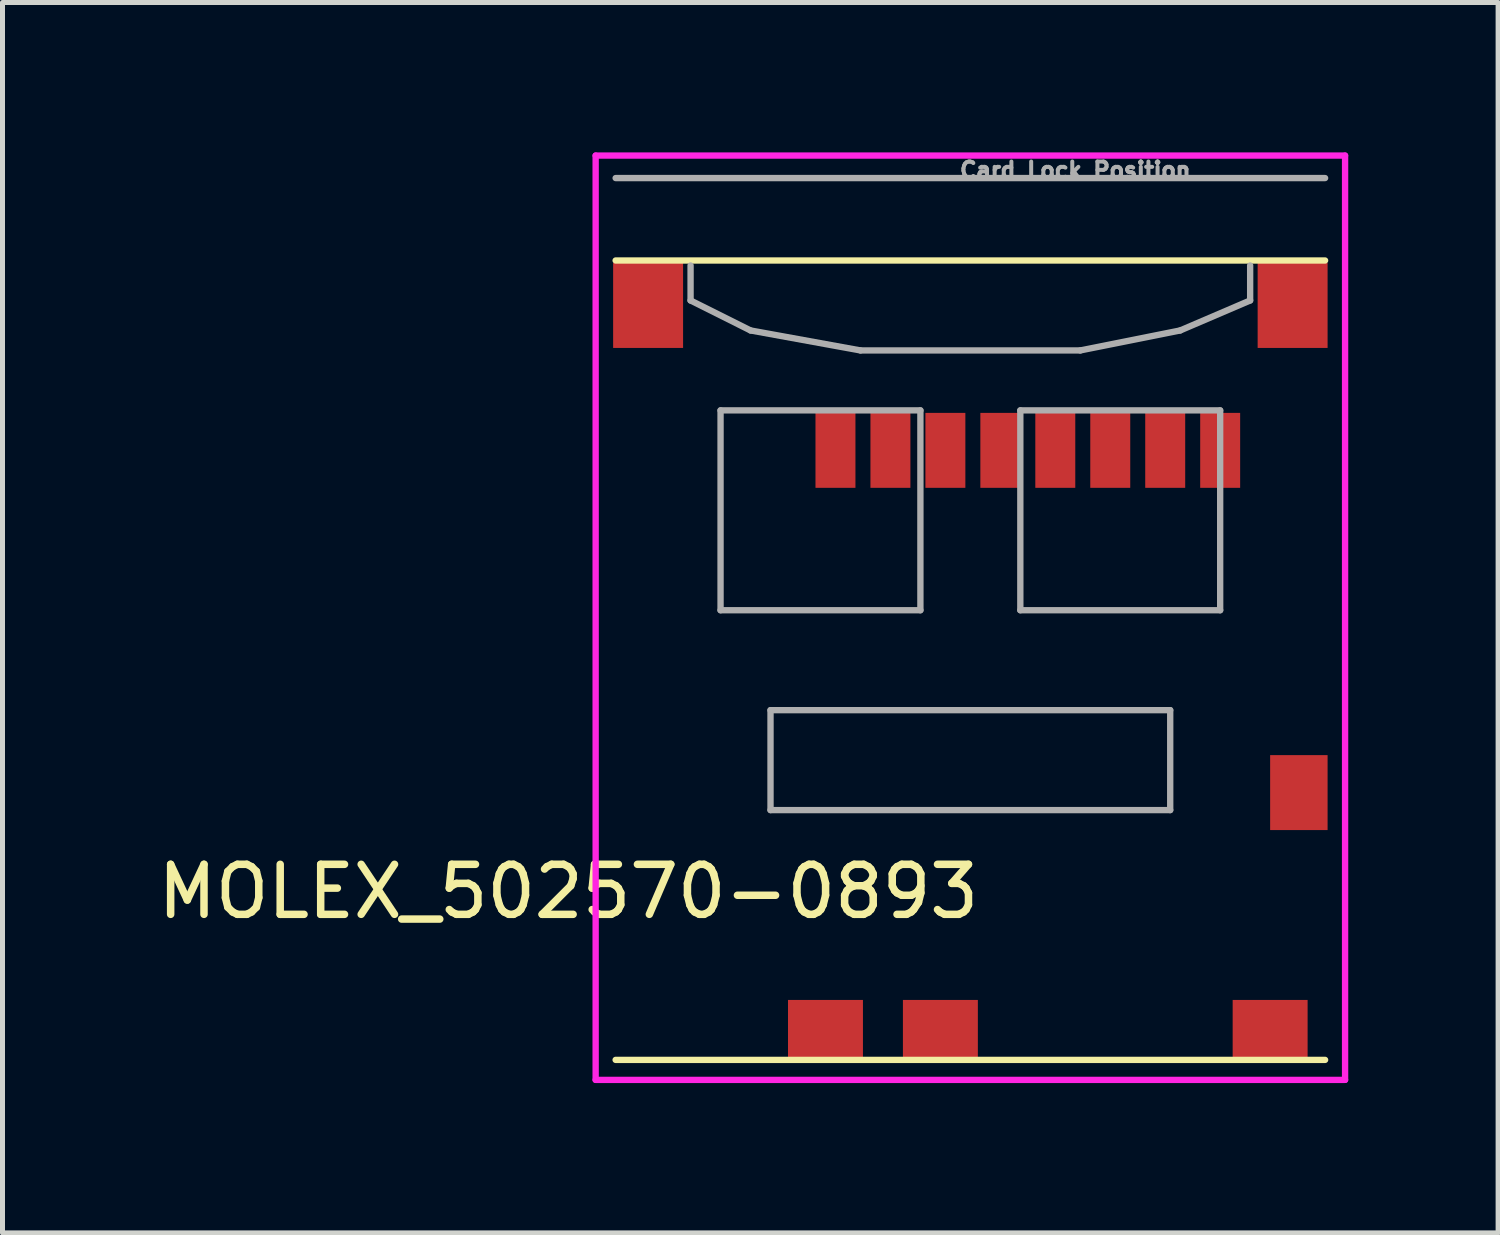
<source format=kicad_pcb>
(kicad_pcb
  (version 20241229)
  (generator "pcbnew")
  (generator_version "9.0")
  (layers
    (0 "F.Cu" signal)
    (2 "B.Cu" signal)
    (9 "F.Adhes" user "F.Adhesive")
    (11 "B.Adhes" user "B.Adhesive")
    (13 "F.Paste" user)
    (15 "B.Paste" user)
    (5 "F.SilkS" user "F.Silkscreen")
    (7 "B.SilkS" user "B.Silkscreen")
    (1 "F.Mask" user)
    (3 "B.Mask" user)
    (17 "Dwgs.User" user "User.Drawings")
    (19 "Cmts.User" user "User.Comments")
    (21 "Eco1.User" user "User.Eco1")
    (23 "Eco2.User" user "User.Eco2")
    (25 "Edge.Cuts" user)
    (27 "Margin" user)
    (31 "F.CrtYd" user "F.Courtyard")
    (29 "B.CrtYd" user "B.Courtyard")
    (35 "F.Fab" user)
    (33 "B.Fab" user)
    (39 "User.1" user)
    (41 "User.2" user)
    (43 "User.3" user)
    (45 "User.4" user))
  (footprint "MOLEX_502570-0893"
    (layer "F.Cu")
    (at 16.372 10.164)
    (property "Reference" "MOLEX_502570-0893" (at -8.046 4.631 180) (layer "F.SilkS") (effects (font (size 1.001 1.001) (thickness 0.15))))
    (attr smd)
    (fp_line (start -7.1 -8) (end 7.1 -8) (stroke (width 0.127) (type solid)) (layer "F.SilkS"))
    (fp_line (start -7.1 8) (end 7.1 8) (stroke (width 0.127) (type solid)) (layer "F.SilkS"))
    (fp_line (start -7.5 -10.1) (end -7.5 8.4) (stroke (width 0.127) (type solid)) (layer "F.CrtYd"))
    (fp_line (start -7.5 8.4) (end 7.5 8.4) (stroke (width 0.127) (type solid)) (layer "F.CrtYd"))
    (fp_line (start 7.5 -10.1) (end -7.5 -10.1) (stroke (width 0.127) (type solid)) (layer "F.CrtYd"))
    (fp_line (start 7.5 8.4) (end 7.5 -10.1) (stroke (width 0.127) (type solid)) (layer "F.CrtYd"))
    (fp_line (start -7.1 -9.65) (end 7.1 -9.65) (stroke (width 0.127) (type solid)) (layer "F.Fab"))
    (fp_line (start -5.6 -7.9) (end -5.6 -7.2) (stroke (width 0.127) (type solid)) (layer "F.Fab"))
    (fp_line (start -5.6 -7.2) (end -4.4 -6.6) (stroke (width 0.127) (type solid)) (layer "F.Fab"))
    (fp_line (start -5 -5) (end -5 -1) (stroke (width 0.127) (type solid)) (layer "F.Fab"))
    (fp_line (start -5 -1) (end -1 -1) (stroke (width 0.127) (type solid)) (layer "F.Fab"))
    (fp_line (start -4.4 -6.6) (end -2.2 -6.2) (stroke (width 0.127) (type solid)) (layer "F.Fab"))
    (fp_line (start -4 1) (end -4 3) (stroke (width 0.127) (type solid)) (layer "F.Fab"))
    (fp_line (start -4 3) (end 4 3) (stroke (width 0.127) (type solid)) (layer "F.Fab"))
    (fp_line (start -2.2 -6.2) (end 2.2 -6.2) (stroke (width 0.127) (type solid)) (layer "F.Fab"))
    (fp_line (start -1 -5) (end -5 -5) (stroke (width 0.127) (type solid)) (layer "F.Fab"))
    (fp_line (start -1 -1) (end -1 -5) (stroke (width 0.127) (type solid)) (layer "F.Fab"))
    (fp_line (start 1 -5) (end 1 -1) (stroke (width 0.127) (type solid)) (layer "F.Fab"))
    (fp_line (start 1 -1) (end 5 -1) (stroke (width 0.127) (type solid)) (layer "F.Fab"))
    (fp_line (start 4 1) (end -4 1) (stroke (width 0.127) (type solid)) (layer "F.Fab"))
    (fp_line (start 4 3) (end 4 1) (stroke (width 0.127) (type solid)) (layer "F.Fab"))
    (fp_line (start 4.2 -6.6) (end 2.2 -6.2) (stroke (width 0.127) (type solid)) (layer "F.Fab"))
    (fp_line (start 5 -5) (end 1 -5) (stroke (width 0.127) (type solid)) (layer "F.Fab"))
    (fp_line (start 5 -1) (end 5 -5) (stroke (width 0.127) (type solid)) (layer "F.Fab"))
    (fp_line (start 5.6 -7.2) (end 4.2 -6.6) (stroke (width 0.127) (type solid)) (layer "F.Fab"))
    (fp_line (start 5.6 -7.2) (end 5.6 -7.9) (stroke (width 0.127) (type solid)) (layer "F.Fab"))
    (fp_text user "Card Lock Position" (at 2.101 -9.805 0) (layer "F.Fab") (effects (font (size 0.32 0.32) (thickness 0.15))))
    (pad "1" smd rect (at -2.7 -4.2) (size 0.8 1.5) (layers "F.Cu" "F.Mask" "F.Paste"))
    (pad "2" smd rect (at -1.6 -4.2) (size 0.8 1.5) (layers "F.Cu" "F.Mask" "F.Paste"))
    (pad "3" smd rect (at -0.5 -4.2) (size 0.8 1.5) (layers "F.Cu" "F.Mask" "F.Paste"))
    (pad "4" smd rect (at 0.6 -4.2) (size 0.8 1.5) (layers "F.Cu" "F.Mask" "F.Paste"))
    (pad "5" smd rect (at 1.7 -4.2) (size 0.8 1.5) (layers "F.Cu" "F.Mask" "F.Paste"))
    (pad "6" smd rect (at 2.8 -4.2) (size 0.8 1.5) (layers "F.Cu" "F.Mask" "F.Paste"))
    (pad "7" smd rect (at 3.9 -4.2) (size 0.8 1.5) (layers "F.Cu" "F.Mask" "F.Paste"))
    (pad "8" smd rect (at 5 -4.2) (size 0.8 1.5) (layers "F.Cu" "F.Mask" "F.Paste"))
    (pad "DL" smd rect (at 6.575 2.65) (size 1.15 1.5) (layers "F.Cu" "F.Mask" "F.Paste"))
    (pad "DS" smd rect (at -0.6 7.375) (size 1.5 1.15) (layers "F.Cu" "F.Mask" "F.Paste"))
    (pad "SM1" smd rect (at -6.45 -7.1) (size 1.4 1.7) (layers "F.Cu" "F.Mask" "F.Paste"))
    (pad "SM2" smd rect (at 6.45 -7.1) (size 1.4 1.7) (layers "F.Cu" "F.Mask" "F.Paste"))
    (pad "SM3" smd rect (at -2.9 7.375) (size 1.5 1.15) (layers "F.Cu" "F.Mask" "F.Paste"))
    (pad "SM4" smd rect (at 6 7.375) (size 1.5 1.15) (layers "F.Cu" "F.Mask" "F.Paste")))
  (gr_rect
    (start -3 -3)
    (end 26.935 21.627)
    (stroke (width 0.1) (type default))
    (fill no)
    (layer "Edge.Cuts")))
</source>
